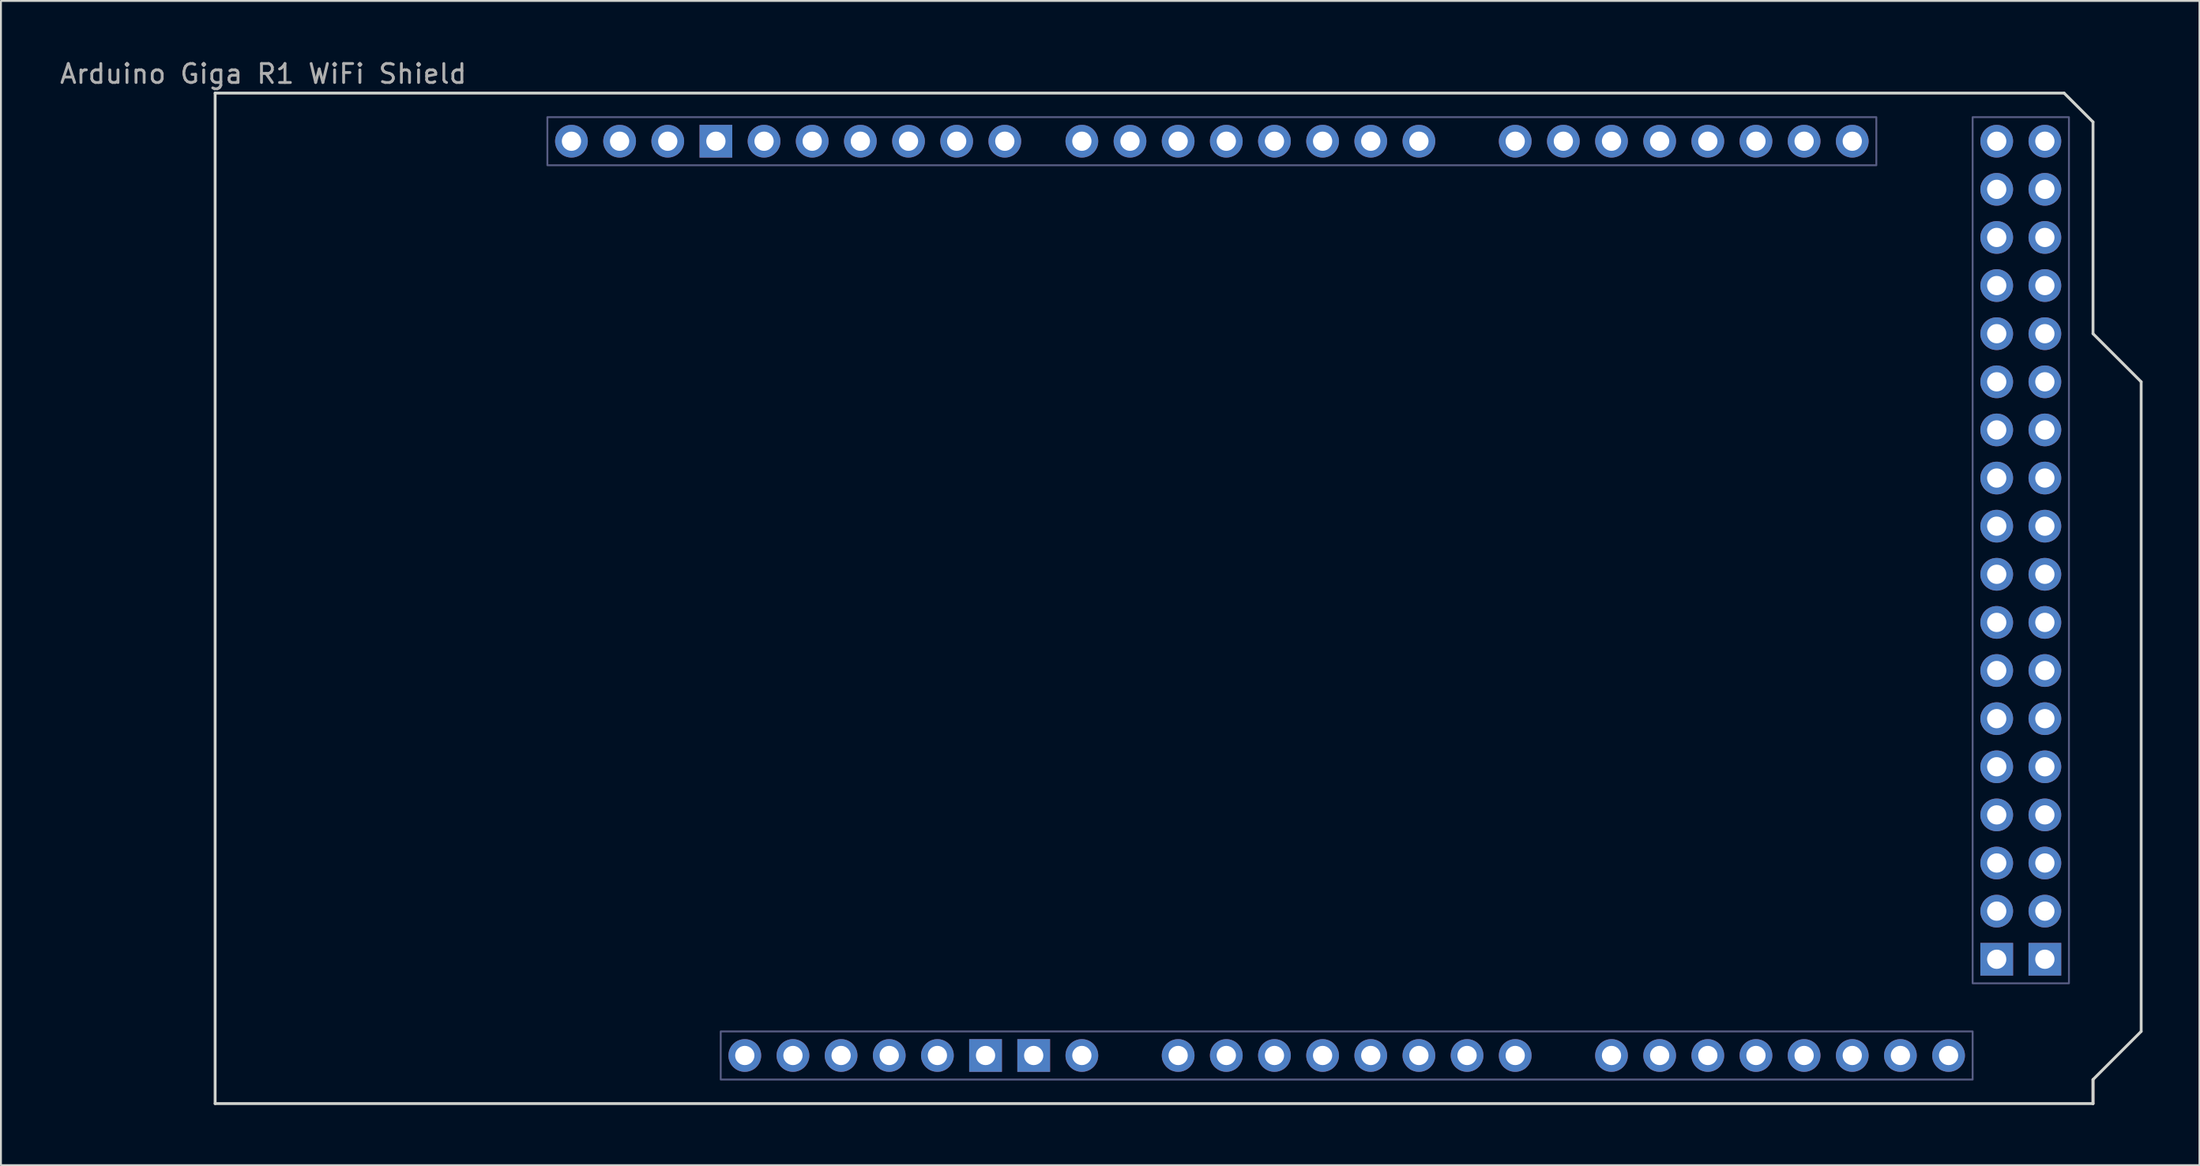
<source format=kicad_pcb>
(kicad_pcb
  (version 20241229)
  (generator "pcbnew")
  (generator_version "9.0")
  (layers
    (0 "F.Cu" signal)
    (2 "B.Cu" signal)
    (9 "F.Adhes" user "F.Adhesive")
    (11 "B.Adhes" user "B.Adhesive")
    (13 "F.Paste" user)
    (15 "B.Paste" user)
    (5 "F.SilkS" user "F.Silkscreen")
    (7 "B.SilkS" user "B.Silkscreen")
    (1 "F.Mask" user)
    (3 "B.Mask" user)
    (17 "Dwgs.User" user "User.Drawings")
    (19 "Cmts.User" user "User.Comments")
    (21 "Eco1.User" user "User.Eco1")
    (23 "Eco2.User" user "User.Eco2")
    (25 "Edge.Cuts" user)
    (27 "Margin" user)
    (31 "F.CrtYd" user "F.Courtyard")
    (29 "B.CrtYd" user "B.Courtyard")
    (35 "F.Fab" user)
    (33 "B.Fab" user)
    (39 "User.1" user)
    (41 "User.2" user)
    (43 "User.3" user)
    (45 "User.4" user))
  (footprint "Arduino Giga R1 WiFi Shield"
    (layer "F.Cu")
    (at 8.299 55.204)
    (property "Reference" "Arduino Giga R1 WiFi Shield" (at 2.54 -54.356 0) (layer "F.Fab") (effects (font (size 1 1) (thickness 0.15))))
    (attr through_hole)
    (fp_line (start 99.06 0) (end 99.06 -1.27) (stroke (width 0.15) (type solid)) (layer "B.SilkS"))
    (fp_line (start 0 -53.34) (end 0 0) (stroke (width 0.15) (type solid)) (layer "Edge.Cuts"))
    (fp_line (start 0 -53.34) (end 97.536 -53.34) (stroke (width 0.15) (type solid)) (layer "Edge.Cuts"))
    (fp_line (start 0 0) (end 99.06 0) (stroke (width 0.15) (type solid)) (layer "Edge.Cuts"))
    (fp_line (start 97.536 -53.34) (end 99.06 -51.816) (stroke (width 0.15) (type solid)) (layer "Edge.Cuts"))
    (fp_line (start 99.06 -40.64) (end 99.06 -51.816) (stroke (width 0.15) (type solid)) (layer "Edge.Cuts"))
    (fp_line (start 99.06 -1.27) (end 101.6 -3.81) (stroke (width 0.15) (type solid)) (layer "Edge.Cuts"))
    (fp_line (start 99.06 0) (end 99.06 -1.27) (stroke (width 0.15) (type solid)) (layer "Edge.Cuts"))
    (fp_line (start 101.6 -38.1) (end 99.06 -40.64) (stroke (width 0.15) (type solid)) (layer "Edge.Cuts"))
    (fp_line (start 101.6 -3.81) (end 101.6 -38.1) (stroke (width 0.15) (type solid)) (layer "Edge.Cuts"))
    (fp_rect (start 17.526 -52.07) (end 87.63 -49.53) (stroke (width 0.1) (type solid)) (fill no) (layer "B.Fab"))
    (fp_rect (start 26.67 -3.81) (end 92.71 -1.27) (stroke (width 0.1) (type solid)) (fill no) (layer "B.Fab"))
    (fp_rect (start 92.71 -52.07) (end 97.79 -6.35) (stroke (width 0.1) (type solid)) (fill no) (layer "B.Fab"))
    (pad "" thru_hole oval (at 27.94 -2.54) (size 1.727 1.727) (drill 1.016) (layers "*.Cu" "*.Mask"))
    (pad "3V3" thru_hole oval (at 35.56 -2.54) (size 1.727 1.727) (drill 1.016) (layers "*.Cu" "*.Mask"))
    (pad "5V1" thru_hole oval (at 38.1 -2.54) (size 1.727 1.727) (drill 1.016) (layers "*.Cu" "*.Mask"))
    (pad "5V3" thru_hole oval (at 93.98 -50.8) (size 1.727 1.727) (drill 1.016) (layers "*.Cu" "*.Mask"))
    (pad "5V4" thru_hole oval (at 96.52 -50.8) (size 1.727 1.727) (drill 1.016) (layers "*.Cu" "*.Mask"))
    (pad "A0" thru_hole oval (at 50.8 -2.54) (size 1.727 1.727) (drill 1.016) (layers "*.Cu" "*.Mask"))
    (pad "A1" thru_hole oval (at 53.34 -2.54) (size 1.727 1.727) (drill 1.016) (layers "*.Cu" "*.Mask"))
    (pad "A2" thru_hole oval (at 55.88 -2.54) (size 1.727 1.727) (drill 1.016) (layers "*.Cu" "*.Mask"))
    (pad "A3" thru_hole oval (at 58.42 -2.54) (size 1.727 1.727) (drill 1.016) (layers "*.Cu" "*.Mask"))
    (pad "A4" thru_hole oval (at 60.96 -2.54) (size 1.727 1.727) (drill 1.016) (layers "*.Cu" "*.Mask"))
    (pad "A5" thru_hole oval (at 63.5 -2.54) (size 1.727 1.727) (drill 1.016) (layers "*.Cu" "*.Mask"))
    (pad "A6" thru_hole oval (at 66.04 -2.54) (size 1.727 1.727) (drill 1.016) (layers "*.Cu" "*.Mask"))
    (pad "A7" thru_hole oval (at 68.58 -2.54) (size 1.727 1.727) (drill 1.016) (layers "*.Cu" "*.Mask"))
    (pad "A8" thru_hole oval (at 73.66 -2.54) (size 1.727 1.727) (drill 1.016) (layers "*.Cu" "*.Mask"))
    (pad "A9" thru_hole oval (at 76.2 -2.54) (size 1.727 1.727) (drill 1.016) (layers "*.Cu" "*.Mask"))
    (pad "A10" thru_hole oval (at 78.74 -2.54) (size 1.727 1.727) (drill 1.016) (layers "*.Cu" "*.Mask"))
    (pad "A11" thru_hole oval (at 81.28 -2.54) (size 1.727 1.727) (drill 1.016) (layers "*.Cu" "*.Mask"))
    (pad "AREF" thru_hole oval (at 23.876 -50.8) (size 1.727 1.727) (drill 1.016) (layers "*.Cu" "*.Mask"))
    (pad "CANR" thru_hole oval (at 88.9 -2.54) (size 1.727 1.727) (drill 1.016) (layers "*.Cu" "*.Mask"))
    (pad "CANT" thru_hole oval (at 91.44 -2.54) (size 1.727 1.727) (drill 1.016) (layers "*.Cu" "*.Mask"))
    (pad "D0" thru_hole oval (at 63.5 -50.8) (size 1.727 1.727) (drill 1.016) (layers "*.Cu" "*.Mask"))
    (pad "D1" thru_hole oval (at 60.96 -50.8) (size 1.727 1.727) (drill 1.016) (layers "*.Cu" "*.Mask"))
    (pad "D2" thru_hole oval (at 58.42 -50.8) (size 1.727 1.727) (drill 1.016) (layers "*.Cu" "*.Mask"))
    (pad "D3" thru_hole oval (at 55.88 -50.8) (size 1.727 1.727) (drill 1.016) (layers "*.Cu" "*.Mask"))
    (pad "D4" thru_hole oval (at 53.34 -50.8) (size 1.727 1.727) (drill 1.016) (layers "*.Cu" "*.Mask"))
    (pad "D5" thru_hole oval (at 50.8 -50.8) (size 1.727 1.727) (drill 1.016) (layers "*.Cu" "*.Mask"))
    (pad "D6" thru_hole oval (at 48.26 -50.8) (size 1.727 1.727) (drill 1.016) (layers "*.Cu" "*.Mask"))
    (pad "D7" thru_hole oval (at 45.72 -50.8) (size 1.727 1.727) (drill 1.016) (layers "*.Cu" "*.Mask"))
    (pad "D8" thru_hole oval (at 41.656 -50.8) (size 1.727 1.727) (drill 1.016) (layers "*.Cu" "*.Mask"))
    (pad "D9" thru_hole oval (at 39.116 -50.8) (size 1.727 1.727) (drill 1.016) (layers "*.Cu" "*.Mask"))
    (pad "D10" thru_hole oval (at 36.576 -50.8) (size 1.727 1.727) (drill 1.016) (layers "*.Cu" "*.Mask"))
    (pad "D11" thru_hole oval (at 34.036 -50.8) (size 1.727 1.727) (drill 1.016) (layers "*.Cu" "*.Mask"))
    (pad "D12" thru_hole oval (at 31.496 -50.8) (size 1.727 1.727) (drill 1.016) (layers "*.Cu" "*.Mask"))
    (pad "D13" thru_hole oval (at 28.956 -50.8) (size 1.727 1.727) (drill 1.016) (layers "*.Cu" "*.Mask"))
    (pad "D14" thru_hole oval (at 68.58 -50.8) (size 1.727 1.727) (drill 1.016) (layers "*.Cu" "*.Mask"))
    (pad "D15" thru_hole oval (at 71.12 -50.8) (size 1.727 1.727) (drill 1.016) (layers "*.Cu" "*.Mask"))
    (pad "D16" thru_hole oval (at 73.66 -50.8) (size 1.727 1.727) (drill 1.016) (layers "*.Cu" "*.Mask"))
    (pad "D17" thru_hole oval (at 76.2 -50.8) (size 1.727 1.727) (drill 1.016) (layers "*.Cu" "*.Mask"))
    (pad "D18" thru_hole oval (at 78.74 -50.8) (size 1.727 1.727) (drill 1.016) (layers "*.Cu" "*.Mask"))
    (pad "D19" thru_hole oval (at 81.28 -50.8) (size 1.727 1.727) (drill 1.016) (layers "*.Cu" "*.Mask"))
    (pad "D20" thru_hole oval (at 83.82 -50.8) (size 1.727 1.727) (drill 1.016) (layers "*.Cu" "*.Mask"))
    (pad "D21" thru_hole oval (at 86.36 -50.8) (size 1.727 1.727) (drill 1.016) (layers "*.Cu" "*.Mask"))
    (pad "D22" thru_hole oval (at 93.98 -48.26) (size 1.727 1.727) (drill 1.016) (layers "*.Cu" "*.Mask"))
    (pad "D23" thru_hole oval (at 96.52 -48.26) (size 1.727 1.727) (drill 1.016) (layers "*.Cu" "*.Mask"))
    (pad "D24" thru_hole oval (at 93.98 -45.72) (size 1.727 1.727) (drill 1.016) (layers "*.Cu" "*.Mask"))
    (pad "D25" thru_hole oval (at 96.52 -45.72) (size 1.727 1.727) (drill 1.016) (layers "*.Cu" "*.Mask"))
    (pad "D26" thru_hole oval (at 93.98 -43.18) (size 1.727 1.727) (drill 1.016) (layers "*.Cu" "*.Mask"))
    (pad "D27" thru_hole oval (at 96.52 -43.18) (size 1.727 1.727) (drill 1.016) (layers "*.Cu" "*.Mask"))
    (pad "D28" thru_hole oval (at 93.98 -40.64) (size 1.727 1.727) (drill 1.016) (layers "*.Cu" "*.Mask"))
    (pad "D29" thru_hole oval (at 96.52 -40.64) (size 1.727 1.727) (drill 1.016) (layers "*.Cu" "*.Mask"))
    (pad "D30" thru_hole oval (at 93.98 -38.1) (size 1.727 1.727) (drill 1.016) (layers "*.Cu" "*.Mask"))
    (pad "D31" thru_hole oval (at 96.52 -38.1) (size 1.727 1.727) (drill 1.016) (layers "*.Cu" "*.Mask"))
    (pad "D32" thru_hole oval (at 93.98 -35.56) (size 1.727 1.727) (drill 1.016) (layers "*.Cu" "*.Mask"))
    (pad "D33" thru_hole oval (at 96.52 -35.56) (size 1.727 1.727) (drill 1.016) (layers "*.Cu" "*.Mask"))
    (pad "D34" thru_hole oval (at 93.98 -33.02) (size 1.727 1.727) (drill 1.016) (layers "*.Cu" "*.Mask"))
    (pad "D35" thru_hole oval (at 96.52 -33.02) (size 1.727 1.727) (drill 1.016) (layers "*.Cu" "*.Mask"))
    (pad "D36" thru_hole oval (at 93.98 -30.48) (size 1.727 1.727) (drill 1.016) (layers "*.Cu" "*.Mask"))
    (pad "D37" thru_hole oval (at 96.52 -30.48) (size 1.727 1.727) (drill 1.016) (layers "*.Cu" "*.Mask"))
    (pad "D38" thru_hole oval (at 93.98 -27.94) (size 1.727 1.727) (drill 1.016) (layers "*.Cu" "*.Mask"))
    (pad "D39" thru_hole oval (at 96.52 -27.94) (size 1.727 1.727) (drill 1.016) (layers "*.Cu" "*.Mask"))
    (pad "D40" thru_hole oval (at 93.98 -25.4) (size 1.727 1.727) (drill 1.016) (layers "*.Cu" "*.Mask"))
    (pad "D41" thru_hole oval (at 96.52 -25.4) (size 1.727 1.727) (drill 1.016) (layers "*.Cu" "*.Mask"))
    (pad "D42" thru_hole oval (at 93.98 -22.86) (size 1.727 1.727) (drill 1.016) (layers "*.Cu" "*.Mask"))
    (pad "D43" thru_hole oval (at 96.52 -22.86) (size 1.727 1.727) (drill 1.016) (layers "*.Cu" "*.Mask"))
    (pad "D44" thru_hole oval (at 93.98 -20.32) (size 1.727 1.727) (drill 1.016) (layers "*.Cu" "*.Mask"))
    (pad "D45" thru_hole oval (at 96.52 -20.32) (size 1.727 1.727) (drill 1.016) (layers "*.Cu" "*.Mask"))
    (pad "D46" thru_hole oval (at 93.98 -17.78) (size 1.727 1.727) (drill 1.016) (layers "*.Cu" "*.Mask"))
    (pad "D47" thru_hole oval (at 96.52 -17.78) (size 1.727 1.727) (drill 1.016) (layers "*.Cu" "*.Mask"))
    (pad "D48" thru_hole oval (at 93.98 -15.24) (size 1.727 1.727) (drill 1.016) (layers "*.Cu" "*.Mask"))
    (pad "D49" thru_hole oval (at 96.52 -15.24) (size 1.727 1.727) (drill 1.016) (layers "*.Cu" "*.Mask"))
    (pad "D50" thru_hole oval (at 93.98 -12.7) (size 1.727 1.727) (drill 1.016) (layers "*.Cu" "*.Mask"))
    (pad "D51" thru_hole oval (at 96.52 -12.7) (size 1.727 1.727) (drill 1.016) (layers "*.Cu" "*.Mask"))
    (pad "D52" thru_hole oval (at 93.98 -10.16) (size 1.727 1.727) (drill 1.016) (layers "*.Cu" "*.Mask"))
    (pad "D53" thru_hole oval (at 96.52 -10.16) (size 1.727 1.727) (drill 1.016) (layers "*.Cu" "*.Mask"))
    (pad "DAC0" thru_hole oval (at 83.82 -2.54) (size 1.727 1.727) (drill 1.016) (layers "*.Cu" "*.Mask"))
    (pad "DAC1" thru_hole oval (at 86.36 -2.54) (size 1.727 1.727) (drill 1.016) (layers "*.Cu" "*.Mask"))
    (pad "GND1" thru_hole rect (at 26.416 -50.8) (size 1.727 1.727) (drill 1.016) (layers "*.Cu" "*.Mask"))
    (pad "GND2" thru_hole rect (at 40.64 -2.54) (size 1.727 1.727) (drill 1.016) (layers "*.Cu" "*.Mask"))
    (pad "GND3" thru_hole rect (at 43.18 -2.54) (size 1.727 1.727) (drill 1.016) (layers "*.Cu" "*.Mask"))
    (pad "GND5" thru_hole rect (at 93.98 -7.62) (size 1.727 1.727) (drill 1.016) (layers "*.Cu" "*.Mask"))
    (pad "GND6" thru_hole rect (at 96.52 -7.62) (size 1.727 1.727) (drill 1.016) (layers "*.Cu" "*.Mask"))
    (pad "IORF" thru_hole oval (at 30.48 -2.54) (size 1.727 1.727) (drill 1.016) (layers "*.Cu" "*.Mask"))
    (pad "RST1" thru_hole oval (at 33.02 -2.54) (size 1.727 1.727) (drill 1.016) (layers "*.Cu" "*.Mask"))
    (pad "SCL1" thru_hole oval (at 18.796 -50.8) (size 1.727 1.727) (drill 1.016) (layers "*.Cu" "*.Mask"))
    (pad "SDA1" thru_hole oval (at 21.336 -50.8) (size 1.727 1.727) (drill 1.016) (layers "*.Cu" "*.Mask"))
    (pad "VIN" thru_hole oval (at 45.72 -2.54) (size 1.727 1.727) (drill 1.016) (layers "*.Cu" "*.Mask")))
  (gr_rect
    (start -3 -3)
    (end 112.974 58.454)
    (stroke (width 0.1) (type default))
    (fill no)
    (layer "Edge.Cuts")))
</source>
